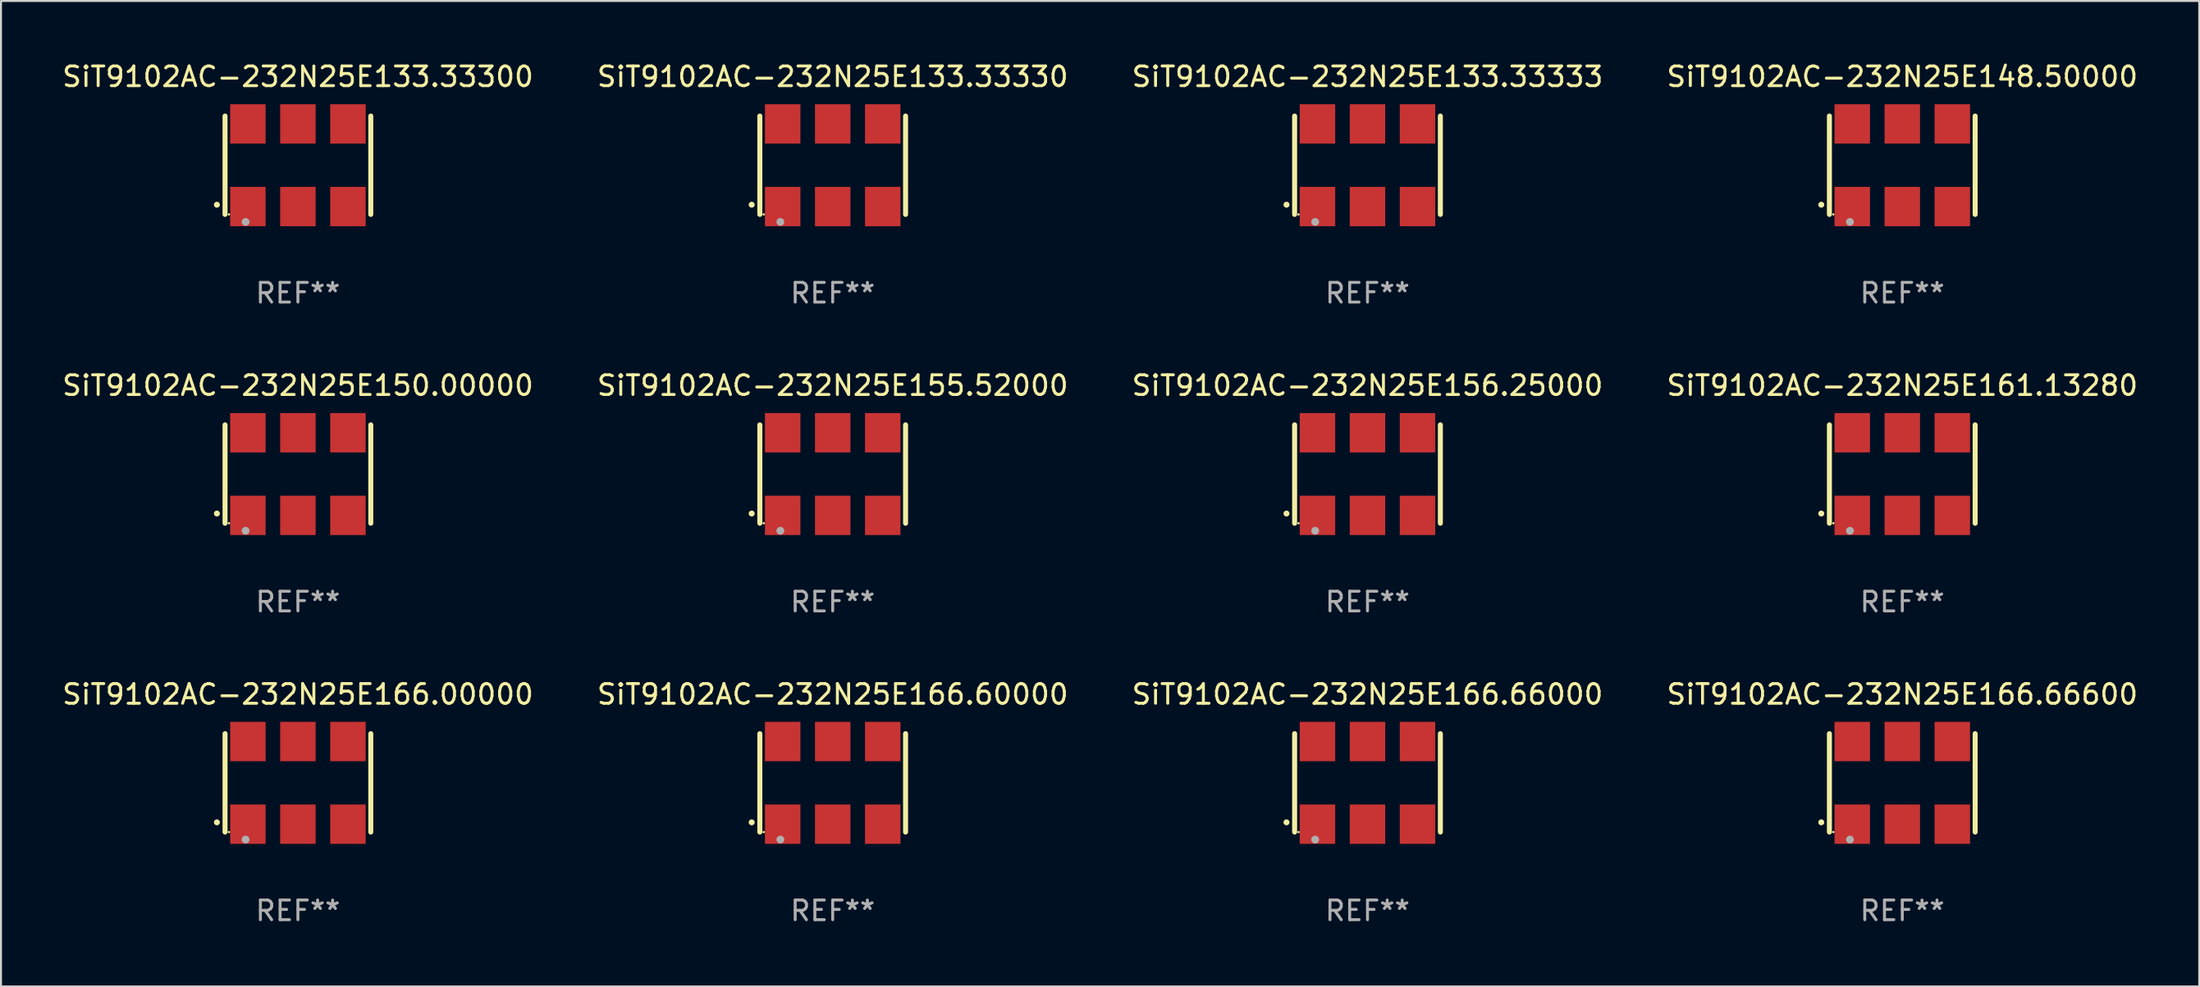
<source format=kicad_pcb>
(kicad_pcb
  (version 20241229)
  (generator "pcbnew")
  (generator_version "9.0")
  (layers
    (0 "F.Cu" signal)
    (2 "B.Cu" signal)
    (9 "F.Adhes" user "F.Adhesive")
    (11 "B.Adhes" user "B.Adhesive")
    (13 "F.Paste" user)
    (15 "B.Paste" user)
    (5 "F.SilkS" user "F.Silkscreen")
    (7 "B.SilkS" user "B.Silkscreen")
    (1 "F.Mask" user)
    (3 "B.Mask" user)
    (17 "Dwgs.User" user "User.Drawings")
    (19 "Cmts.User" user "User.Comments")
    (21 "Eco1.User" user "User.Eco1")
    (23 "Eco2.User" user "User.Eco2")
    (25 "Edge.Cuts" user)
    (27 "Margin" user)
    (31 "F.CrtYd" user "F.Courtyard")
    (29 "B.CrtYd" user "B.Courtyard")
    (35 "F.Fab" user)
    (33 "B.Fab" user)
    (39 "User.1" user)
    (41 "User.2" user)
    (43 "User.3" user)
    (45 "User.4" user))
  (footprint "SiT9102AC-232N25E133.33330"
    (layer "F.Cu")
    (at 39.232 5.348)
    (property "Reference" "SiT9102AC-232N25E133.33330" (at 0 -4.5 0) (layer "F.SilkS") (effects (font (size 1 1) (thickness 0.15))))
    (attr through_hole)
    (fp_line (start -3.7 -2.5) (end -3.7 2.5) (stroke (width 0.254) (type solid)) (layer "F.SilkS"))
    (fp_line (start 3.7 -2.5) (end 3.7 2.5) (stroke (width 0.254) (type solid)) (layer "F.SilkS"))
    (fp_arc (start -4.114415 2.006604) (mid -4.113145 2.006599) (end -4.111875 2.006604) (stroke (width 0.3) (type solid)) (layer "F.SilkS"))
    (fp_circle (center -3.502 2.5) (end -3.472 2.5) (stroke (width 0.06) (type solid)) (fill no) (layer "F.SilkS"))
    (fp_circle (center -2.657 2.882) (end -2.557 2.882) (stroke (width 0.2) (type solid)) (fill no) (layer "F.Fab"))
    (fp_text user "REF**" (at 0 6.5 0) (layer "F.Fab") (effects (font (size 1 1) (thickness 0.15))))
    (pad "1" smd rect (at -2.54 2.1) (size 1.8 2) (layers "F.Cu" "F.Mask" "F.Paste"))
    (pad "2" smd rect (at 0.000394 2.1) (size 1.8 2) (layers "F.Cu" "F.Mask" "F.Paste"))
    (pad "3" smd rect (at 2.54 2.1) (size 1.8 2) (layers "F.Cu" "F.Mask" "F.Paste"))
    (pad "4" smd rect (at 2.54 -2.1) (size 1.8 2) (layers "F.Cu" "F.Mask" "F.Paste"))
    (pad "5" smd rect (at 0.000394 -2.1) (size 1.8 2) (layers "F.Cu" "F.Mask" "F.Paste"))
    (pad "6" smd rect (at -2.54 -2.1) (size 1.8 2) (layers "F.Cu" "F.Mask" "F.Paste")))
  (footprint "SiT9102AC-232N25E166.66600"
    (layer "F.Cu")
    (at 93.542 36.741)
    (property "Reference" "SiT9102AC-232N25E166.66600" (at 0 -4.5 0) (layer "F.SilkS") (effects (font (size 1 1) (thickness 0.15))))
    (attr through_hole)
    (fp_line (start -3.7 -2.5) (end -3.7 2.5) (stroke (width 0.254) (type solid)) (layer "F.SilkS"))
    (fp_line (start 3.7 -2.5) (end 3.7 2.5) (stroke (width 0.254) (type solid)) (layer "F.SilkS"))
    (fp_arc (start -4.114415 2.006604) (mid -4.113145 2.006599) (end -4.111875 2.006604) (stroke (width 0.3) (type solid)) (layer "F.SilkS"))
    (fp_circle (center -3.502 2.5) (end -3.472 2.5) (stroke (width 0.06) (type solid)) (fill no) (layer "F.SilkS"))
    (fp_circle (center -2.657 2.882) (end -2.557 2.882) (stroke (width 0.2) (type solid)) (fill no) (layer "F.Fab"))
    (fp_text user "REF**" (at 0 6.5 0) (layer "F.Fab") (effects (font (size 1 1) (thickness 0.15))))
    (pad "1" smd rect (at -2.54 2.1) (size 1.8 2) (layers "F.Cu" "F.Mask" "F.Paste"))
    (pad "2" smd rect (at 0.000394 2.1) (size 1.8 2) (layers "F.Cu" "F.Mask" "F.Paste"))
    (pad "3" smd rect (at 2.54 2.1) (size 1.8 2) (layers "F.Cu" "F.Mask" "F.Paste"))
    (pad "4" smd rect (at 2.54 -2.1) (size 1.8 2) (layers "F.Cu" "F.Mask" "F.Paste"))
    (pad "5" smd rect (at 0.000394 -2.1) (size 1.8 2) (layers "F.Cu" "F.Mask" "F.Paste"))
    (pad "6" smd rect (at -2.54 -2.1) (size 1.8 2) (layers "F.Cu" "F.Mask" "F.Paste")))
  (footprint "SiT9102AC-232N25E148.50000"
    (layer "F.Cu")
    (at 93.542 5.348)
    (property "Reference" "SiT9102AC-232N25E148.50000" (at 0 -4.5 0) (layer "F.SilkS") (effects (font (size 1 1) (thickness 0.15))))
    (attr through_hole)
    (fp_line (start -3.7 -2.5) (end -3.7 2.5) (stroke (width 0.254) (type solid)) (layer "F.SilkS"))
    (fp_line (start 3.7 -2.5) (end 3.7 2.5) (stroke (width 0.254) (type solid)) (layer "F.SilkS"))
    (fp_arc (start -4.114415 2.006604) (mid -4.113145 2.006599) (end -4.111875 2.006604) (stroke (width 0.3) (type solid)) (layer "F.SilkS"))
    (fp_circle (center -3.502 2.5) (end -3.472 2.5) (stroke (width 0.06) (type solid)) (fill no) (layer "F.SilkS"))
    (fp_circle (center -2.657 2.882) (end -2.557 2.882) (stroke (width 0.2) (type solid)) (fill no) (layer "F.Fab"))
    (fp_text user "REF**" (at 0 6.5 0) (layer "F.Fab") (effects (font (size 1 1) (thickness 0.15))))
    (pad "1" smd rect (at -2.54 2.1) (size 1.8 2) (layers "F.Cu" "F.Mask" "F.Paste"))
    (pad "2" smd rect (at 0.000394 2.1) (size 1.8 2) (layers "F.Cu" "F.Mask" "F.Paste"))
    (pad "3" smd rect (at 2.54 2.1) (size 1.8 2) (layers "F.Cu" "F.Mask" "F.Paste"))
    (pad "4" smd rect (at 2.54 -2.1) (size 1.8 2) (layers "F.Cu" "F.Mask" "F.Paste"))
    (pad "5" smd rect (at 0.000394 -2.1) (size 1.8 2) (layers "F.Cu" "F.Mask" "F.Paste"))
    (pad "6" smd rect (at -2.54 -2.1) (size 1.8 2) (layers "F.Cu" "F.Mask" "F.Paste")))
  (footprint "SiT9102AC-232N25E166.60000"
    (layer "F.Cu")
    (at 39.232 36.741)
    (property "Reference" "SiT9102AC-232N25E166.60000" (at 0 -4.5 0) (layer "F.SilkS") (effects (font (size 1 1) (thickness 0.15))))
    (attr through_hole)
    (fp_line (start -3.7 -2.5) (end -3.7 2.5) (stroke (width 0.254) (type solid)) (layer "F.SilkS"))
    (fp_line (start 3.7 -2.5) (end 3.7 2.5) (stroke (width 0.254) (type solid)) (layer "F.SilkS"))
    (fp_arc (start -4.114415 2.006604) (mid -4.113145 2.006599) (end -4.111875 2.006604) (stroke (width 0.3) (type solid)) (layer "F.SilkS"))
    (fp_circle (center -3.502 2.5) (end -3.472 2.5) (stroke (width 0.06) (type solid)) (fill no) (layer "F.SilkS"))
    (fp_circle (center -2.657 2.882) (end -2.557 2.882) (stroke (width 0.2) (type solid)) (fill no) (layer "F.Fab"))
    (fp_text user "REF**" (at 0 6.5 0) (layer "F.Fab") (effects (font (size 1 1) (thickness 0.15))))
    (pad "1" smd rect (at -2.54 2.1) (size 1.8 2) (layers "F.Cu" "F.Mask" "F.Paste"))
    (pad "2" smd rect (at 0.000394 2.1) (size 1.8 2) (layers "F.Cu" "F.Mask" "F.Paste"))
    (pad "3" smd rect (at 2.54 2.1) (size 1.8 2) (layers "F.Cu" "F.Mask" "F.Paste"))
    (pad "4" smd rect (at 2.54 -2.1) (size 1.8 2) (layers "F.Cu" "F.Mask" "F.Paste"))
    (pad "5" smd rect (at 0.000394 -2.1) (size 1.8 2) (layers "F.Cu" "F.Mask" "F.Paste"))
    (pad "6" smd rect (at -2.54 -2.1) (size 1.8 2) (layers "F.Cu" "F.Mask" "F.Paste")))
  (footprint "SiT9102AC-232N25E161.13280"
    (layer "F.Cu")
    (at 93.542 21.045)
    (property "Reference" "SiT9102AC-232N25E161.13280" (at 0 -4.5 0) (layer "F.SilkS") (effects (font (size 1 1) (thickness 0.15))))
    (attr through_hole)
    (fp_line (start -3.7 -2.5) (end -3.7 2.5) (stroke (width 0.254) (type solid)) (layer "F.SilkS"))
    (fp_line (start 3.7 -2.5) (end 3.7 2.5) (stroke (width 0.254) (type solid)) (layer "F.SilkS"))
    (fp_arc (start -4.114415 2.006604) (mid -4.113145 2.006599) (end -4.111875 2.006604) (stroke (width 0.3) (type solid)) (layer "F.SilkS"))
    (fp_circle (center -3.502 2.5) (end -3.472 2.5) (stroke (width 0.06) (type solid)) (fill no) (layer "F.SilkS"))
    (fp_circle (center -2.657 2.882) (end -2.557 2.882) (stroke (width 0.2) (type solid)) (fill no) (layer "F.Fab"))
    (fp_text user "REF**" (at 0 6.5 0) (layer "F.Fab") (effects (font (size 1 1) (thickness 0.15))))
    (pad "1" smd rect (at -2.54 2.1) (size 1.8 2) (layers "F.Cu" "F.Mask" "F.Paste"))
    (pad "2" smd rect (at 0.000394 2.1) (size 1.8 2) (layers "F.Cu" "F.Mask" "F.Paste"))
    (pad "3" smd rect (at 2.54 2.1) (size 1.8 2) (layers "F.Cu" "F.Mask" "F.Paste"))
    (pad "4" smd rect (at 2.54 -2.1) (size 1.8 2) (layers "F.Cu" "F.Mask" "F.Paste"))
    (pad "5" smd rect (at 0.000394 -2.1) (size 1.8 2) (layers "F.Cu" "F.Mask" "F.Paste"))
    (pad "6" smd rect (at -2.54 -2.1) (size 1.8 2) (layers "F.Cu" "F.Mask" "F.Paste")))
  (footprint "SiT9102AC-232N25E166.00000"
    (layer "F.Cu")
    (at 12.077 36.741)
    (property "Reference" "SiT9102AC-232N25E166.00000" (at 0 -4.5 0) (layer "F.SilkS") (effects (font (size 1 1) (thickness 0.15))))
    (attr through_hole)
    (fp_line (start -3.7 -2.5) (end -3.7 2.5) (stroke (width 0.254) (type solid)) (layer "F.SilkS"))
    (fp_line (start 3.7 -2.5) (end 3.7 2.5) (stroke (width 0.254) (type solid)) (layer "F.SilkS"))
    (fp_arc (start -4.114415 2.006604) (mid -4.113145 2.006599) (end -4.111875 2.006604) (stroke (width 0.3) (type solid)) (layer "F.SilkS"))
    (fp_circle (center -3.502 2.5) (end -3.472 2.5) (stroke (width 0.06) (type solid)) (fill no) (layer "F.SilkS"))
    (fp_circle (center -2.657 2.882) (end -2.557 2.882) (stroke (width 0.2) (type solid)) (fill no) (layer "F.Fab"))
    (fp_text user "REF**" (at 0 6.5 0) (layer "F.Fab") (effects (font (size 1 1) (thickness 0.15))))
    (pad "1" smd rect (at -2.54 2.1) (size 1.8 2) (layers "F.Cu" "F.Mask" "F.Paste"))
    (pad "2" smd rect (at 0.000394 2.1) (size 1.8 2) (layers "F.Cu" "F.Mask" "F.Paste"))
    (pad "3" smd rect (at 2.54 2.1) (size 1.8 2) (layers "F.Cu" "F.Mask" "F.Paste"))
    (pad "4" smd rect (at 2.54 -2.1) (size 1.8 2) (layers "F.Cu" "F.Mask" "F.Paste"))
    (pad "5" smd rect (at 0.000394 -2.1) (size 1.8 2) (layers "F.Cu" "F.Mask" "F.Paste"))
    (pad "6" smd rect (at -2.54 -2.1) (size 1.8 2) (layers "F.Cu" "F.Mask" "F.Paste")))
  (footprint "SiT9102AC-232N25E150.00000"
    (layer "F.Cu")
    (at 12.077 21.045)
    (property "Reference" "SiT9102AC-232N25E150.00000" (at 0 -4.5 0) (layer "F.SilkS") (effects (font (size 1 1) (thickness 0.15))))
    (attr through_hole)
    (fp_line (start -3.7 -2.5) (end -3.7 2.5) (stroke (width 0.254) (type solid)) (layer "F.SilkS"))
    (fp_line (start 3.7 -2.5) (end 3.7 2.5) (stroke (width 0.254) (type solid)) (layer "F.SilkS"))
    (fp_arc (start -4.114415 2.006604) (mid -4.113145 2.006599) (end -4.111875 2.006604) (stroke (width 0.3) (type solid)) (layer "F.SilkS"))
    (fp_circle (center -3.502 2.5) (end -3.472 2.5) (stroke (width 0.06) (type solid)) (fill no) (layer "F.SilkS"))
    (fp_circle (center -2.657 2.882) (end -2.557 2.882) (stroke (width 0.2) (type solid)) (fill no) (layer "F.Fab"))
    (fp_text user "REF**" (at 0 6.5 0) (layer "F.Fab") (effects (font (size 1 1) (thickness 0.15))))
    (pad "1" smd rect (at -2.54 2.1) (size 1.8 2) (layers "F.Cu" "F.Mask" "F.Paste"))
    (pad "2" smd rect (at 0.000394 2.1) (size 1.8 2) (layers "F.Cu" "F.Mask" "F.Paste"))
    (pad "3" smd rect (at 2.54 2.1) (size 1.8 2) (layers "F.Cu" "F.Mask" "F.Paste"))
    (pad "4" smd rect (at 2.54 -2.1) (size 1.8 2) (layers "F.Cu" "F.Mask" "F.Paste"))
    (pad "5" smd rect (at 0.000394 -2.1) (size 1.8 2) (layers "F.Cu" "F.Mask" "F.Paste"))
    (pad "6" smd rect (at -2.54 -2.1) (size 1.8 2) (layers "F.Cu" "F.Mask" "F.Paste")))
  (footprint "SiT9102AC-232N25E133.33333"
    (layer "F.Cu")
    (at 66.387 5.348)
    (property "Reference" "SiT9102AC-232N25E133.33333" (at 0 -4.5 0) (layer "F.SilkS") (effects (font (size 1 1) (thickness 0.15))))
    (attr through_hole)
    (fp_line (start -3.7 -2.5) (end -3.7 2.5) (stroke (width 0.254) (type solid)) (layer "F.SilkS"))
    (fp_line (start 3.7 -2.5) (end 3.7 2.5) (stroke (width 0.254) (type solid)) (layer "F.SilkS"))
    (fp_arc (start -4.114415 2.006604) (mid -4.113145 2.006599) (end -4.111875 2.006604) (stroke (width 0.3) (type solid)) (layer "F.SilkS"))
    (fp_circle (center -3.502 2.5) (end -3.472 2.5) (stroke (width 0.06) (type solid)) (fill no) (layer "F.SilkS"))
    (fp_circle (center -2.657 2.882) (end -2.557 2.882) (stroke (width 0.2) (type solid)) (fill no) (layer "F.Fab"))
    (fp_text user "REF**" (at 0 6.5 0) (layer "F.Fab") (effects (font (size 1 1) (thickness 0.15))))
    (pad "1" smd rect (at -2.54 2.1) (size 1.8 2) (layers "F.Cu" "F.Mask" "F.Paste"))
    (pad "2" smd rect (at 0.000394 2.1) (size 1.8 2) (layers "F.Cu" "F.Mask" "F.Paste"))
    (pad "3" smd rect (at 2.54 2.1) (size 1.8 2) (layers "F.Cu" "F.Mask" "F.Paste"))
    (pad "4" smd rect (at 2.54 -2.1) (size 1.8 2) (layers "F.Cu" "F.Mask" "F.Paste"))
    (pad "5" smd rect (at 0.000394 -2.1) (size 1.8 2) (layers "F.Cu" "F.Mask" "F.Paste"))
    (pad "6" smd rect (at -2.54 -2.1) (size 1.8 2) (layers "F.Cu" "F.Mask" "F.Paste")))
  (footprint "SiT9102AC-232N25E156.25000"
    (layer "F.Cu")
    (at 66.387 21.045)
    (property "Reference" "SiT9102AC-232N25E156.25000" (at 0 -4.5 0) (layer "F.SilkS") (effects (font (size 1 1) (thickness 0.15))))
    (attr through_hole)
    (fp_line (start -3.7 -2.5) (end -3.7 2.5) (stroke (width 0.254) (type solid)) (layer "F.SilkS"))
    (fp_line (start 3.7 -2.5) (end 3.7 2.5) (stroke (width 0.254) (type solid)) (layer "F.SilkS"))
    (fp_arc (start -4.114415 2.006604) (mid -4.113145 2.006599) (end -4.111875 2.006604) (stroke (width 0.3) (type solid)) (layer "F.SilkS"))
    (fp_circle (center -3.502 2.5) (end -3.472 2.5) (stroke (width 0.06) (type solid)) (fill no) (layer "F.SilkS"))
    (fp_circle (center -2.657 2.882) (end -2.557 2.882) (stroke (width 0.2) (type solid)) (fill no) (layer "F.Fab"))
    (fp_text user "REF**" (at 0 6.5 0) (layer "F.Fab") (effects (font (size 1 1) (thickness 0.15))))
    (pad "1" smd rect (at -2.54 2.1) (size 1.8 2) (layers "F.Cu" "F.Mask" "F.Paste"))
    (pad "2" smd rect (at 0.000394 2.1) (size 1.8 2) (layers "F.Cu" "F.Mask" "F.Paste"))
    (pad "3" smd rect (at 2.54 2.1) (size 1.8 2) (layers "F.Cu" "F.Mask" "F.Paste"))
    (pad "4" smd rect (at 2.54 -2.1) (size 1.8 2) (layers "F.Cu" "F.Mask" "F.Paste"))
    (pad "5" smd rect (at 0.000394 -2.1) (size 1.8 2) (layers "F.Cu" "F.Mask" "F.Paste"))
    (pad "6" smd rect (at -2.54 -2.1) (size 1.8 2) (layers "F.Cu" "F.Mask" "F.Paste")))
  (footprint "SiT9102AC-232N25E155.52000"
    (layer "F.Cu")
    (at 39.232 21.045)
    (property "Reference" "SiT9102AC-232N25E155.52000" (at 0 -4.5 0) (layer "F.SilkS") (effects (font (size 1 1) (thickness 0.15))))
    (attr through_hole)
    (fp_line (start -3.7 -2.5) (end -3.7 2.5) (stroke (width 0.254) (type solid)) (layer "F.SilkS"))
    (fp_line (start 3.7 -2.5) (end 3.7 2.5) (stroke (width 0.254) (type solid)) (layer "F.SilkS"))
    (fp_arc (start -4.114415 2.006604) (mid -4.113145 2.006599) (end -4.111875 2.006604) (stroke (width 0.3) (type solid)) (layer "F.SilkS"))
    (fp_circle (center -3.502 2.5) (end -3.472 2.5) (stroke (width 0.06) (type solid)) (fill no) (layer "F.SilkS"))
    (fp_circle (center -2.657 2.882) (end -2.557 2.882) (stroke (width 0.2) (type solid)) (fill no) (layer "F.Fab"))
    (fp_text user "REF**" (at 0 6.5 0) (layer "F.Fab") (effects (font (size 1 1) (thickness 0.15))))
    (pad "1" smd rect (at -2.54 2.1) (size 1.8 2) (layers "F.Cu" "F.Mask" "F.Paste"))
    (pad "2" smd rect (at 0.000394 2.1) (size 1.8 2) (layers "F.Cu" "F.Mask" "F.Paste"))
    (pad "3" smd rect (at 2.54 2.1) (size 1.8 2) (layers "F.Cu" "F.Mask" "F.Paste"))
    (pad "4" smd rect (at 2.54 -2.1) (size 1.8 2) (layers "F.Cu" "F.Mask" "F.Paste"))
    (pad "5" smd rect (at 0.000394 -2.1) (size 1.8 2) (layers "F.Cu" "F.Mask" "F.Paste"))
    (pad "6" smd rect (at -2.54 -2.1) (size 1.8 2) (layers "F.Cu" "F.Mask" "F.Paste")))
  (footprint "SiT9102AC-232N25E133.33300"
    (layer "F.Cu")
    (at 12.077 5.348)
    (property "Reference" "SiT9102AC-232N25E133.33300" (at 0 -4.5 0) (layer "F.SilkS") (effects (font (size 1 1) (thickness 0.15))))
    (attr through_hole)
    (fp_line (start -3.7 -2.5) (end -3.7 2.5) (stroke (width 0.254) (type solid)) (layer "F.SilkS"))
    (fp_line (start 3.7 -2.5) (end 3.7 2.5) (stroke (width 0.254) (type solid)) (layer "F.SilkS"))
    (fp_arc (start -4.114415 2.006604) (mid -4.113145 2.006599) (end -4.111875 2.006604) (stroke (width 0.3) (type solid)) (layer "F.SilkS"))
    (fp_circle (center -3.502 2.5) (end -3.472 2.5) (stroke (width 0.06) (type solid)) (fill no) (layer "F.SilkS"))
    (fp_circle (center -2.657 2.882) (end -2.557 2.882) (stroke (width 0.2) (type solid)) (fill no) (layer "F.Fab"))
    (fp_text user "REF**" (at 0 6.5 0) (layer "F.Fab") (effects (font (size 1 1) (thickness 0.15))))
    (pad "1" smd rect (at -2.54 2.1) (size 1.8 2) (layers "F.Cu" "F.Mask" "F.Paste"))
    (pad "2" smd rect (at 0.000394 2.1) (size 1.8 2) (layers "F.Cu" "F.Mask" "F.Paste"))
    (pad "3" smd rect (at 2.54 2.1) (size 1.8 2) (layers "F.Cu" "F.Mask" "F.Paste"))
    (pad "4" smd rect (at 2.54 -2.1) (size 1.8 2) (layers "F.Cu" "F.Mask" "F.Paste"))
    (pad "5" smd rect (at 0.000394 -2.1) (size 1.8 2) (layers "F.Cu" "F.Mask" "F.Paste"))
    (pad "6" smd rect (at -2.54 -2.1) (size 1.8 2) (layers "F.Cu" "F.Mask" "F.Paste")))
  (footprint "SiT9102AC-232N25E166.66000"
    (layer "F.Cu")
    (at 66.387 36.741)
    (property "Reference" "SiT9102AC-232N25E166.66000" (at 0 -4.5 0) (layer "F.SilkS") (effects (font (size 1 1) (thickness 0.15))))
    (attr through_hole)
    (fp_line (start -3.7 -2.5) (end -3.7 2.5) (stroke (width 0.254) (type solid)) (layer "F.SilkS"))
    (fp_line (start 3.7 -2.5) (end 3.7 2.5) (stroke (width 0.254) (type solid)) (layer "F.SilkS"))
    (fp_arc (start -4.114415 2.006604) (mid -4.113145 2.006599) (end -4.111875 2.006604) (stroke (width 0.3) (type solid)) (layer "F.SilkS"))
    (fp_circle (center -3.502 2.5) (end -3.472 2.5) (stroke (width 0.06) (type solid)) (fill no) (layer "F.SilkS"))
    (fp_circle (center -2.657 2.882) (end -2.557 2.882) (stroke (width 0.2) (type solid)) (fill no) (layer "F.Fab"))
    (fp_text user "REF**" (at 0 6.5 0) (layer "F.Fab") (effects (font (size 1 1) (thickness 0.15))))
    (pad "1" smd rect (at -2.54 2.1) (size 1.8 2) (layers "F.Cu" "F.Mask" "F.Paste"))
    (pad "2" smd rect (at 0.000394 2.1) (size 1.8 2) (layers "F.Cu" "F.Mask" "F.Paste"))
    (pad "3" smd rect (at 2.54 2.1) (size 1.8 2) (layers "F.Cu" "F.Mask" "F.Paste"))
    (pad "4" smd rect (at 2.54 -2.1) (size 1.8 2) (layers "F.Cu" "F.Mask" "F.Paste"))
    (pad "5" smd rect (at 0.000394 -2.1) (size 1.8 2) (layers "F.Cu" "F.Mask" "F.Paste"))
    (pad "6" smd rect (at -2.54 -2.1) (size 1.8 2) (layers "F.Cu" "F.Mask" "F.Paste")))
  (gr_rect
    (start -3 -3)
    (end 108.619 47.09)
    (stroke (width 0.1) (type default))
    (fill no)
    (layer "Edge.Cuts")))
</source>
